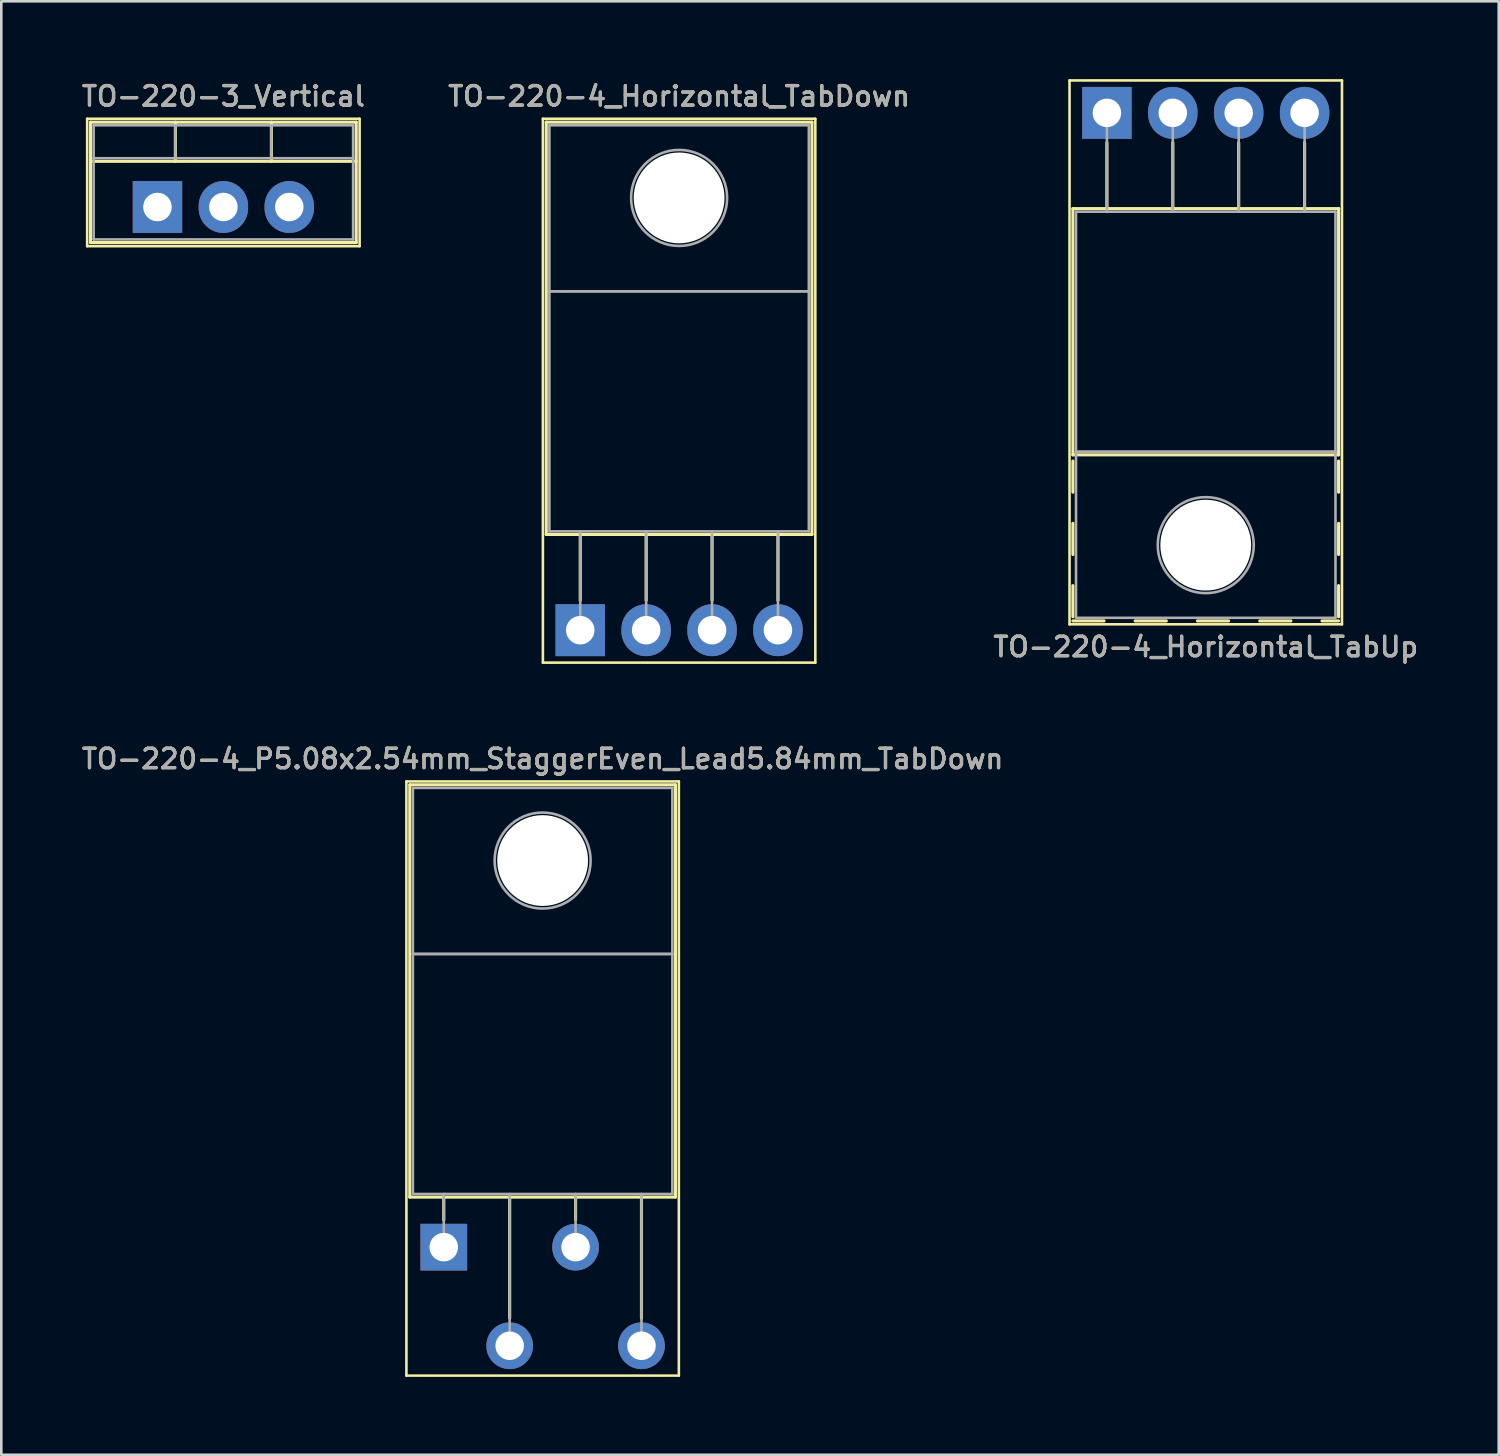
<source format=kicad_pcb>
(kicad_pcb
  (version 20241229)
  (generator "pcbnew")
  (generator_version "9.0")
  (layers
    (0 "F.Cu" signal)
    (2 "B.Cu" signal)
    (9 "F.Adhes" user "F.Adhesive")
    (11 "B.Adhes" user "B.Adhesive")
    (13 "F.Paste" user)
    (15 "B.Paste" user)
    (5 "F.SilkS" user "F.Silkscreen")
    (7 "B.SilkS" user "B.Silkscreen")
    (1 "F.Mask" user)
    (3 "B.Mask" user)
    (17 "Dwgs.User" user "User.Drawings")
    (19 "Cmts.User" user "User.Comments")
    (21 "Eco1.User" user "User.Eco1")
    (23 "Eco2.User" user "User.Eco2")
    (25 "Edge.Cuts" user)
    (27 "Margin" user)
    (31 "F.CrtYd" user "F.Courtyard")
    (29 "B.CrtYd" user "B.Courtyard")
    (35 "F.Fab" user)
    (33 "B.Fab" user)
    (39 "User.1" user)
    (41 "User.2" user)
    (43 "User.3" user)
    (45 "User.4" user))
  (footprint "TO-220-3_Vertical"
    (layer "F.Cu")
    (at 3.019 4.928)
    (property "Reference" "TO-220-3_Vertical" (at 2.54 -4.27 0) (layer "F.SilkS") (effects (font (size 0.75 0.75) (thickness 0.125))))
    (attr through_hole)
    (fp_line (start -2.71 -3.4) (end -2.71 1.51) (stroke (width 0.1) (type solid)) (layer "F.SilkS"))
    (fp_line (start -2.71 1.51) (end 7.79 1.51) (stroke (width 0.1) (type solid)) (layer "F.SilkS"))
    (fp_line (start -2.58 -3.27) (end -2.58 1.371) (stroke (width 0.12) (type solid)) (layer "F.SilkS"))
    (fp_line (start -2.58 -3.27) (end 7.66 -3.27) (stroke (width 0.12) (type solid)) (layer "F.SilkS"))
    (fp_line (start -2.58 -1.76) (end 7.66 -1.76) (stroke (width 0.12) (type solid)) (layer "F.SilkS"))
    (fp_line (start -2.58 1.371) (end 7.66 1.371) (stroke (width 0.12) (type solid)) (layer "F.SilkS"))
    (fp_line (start 0.69 -3.27) (end 0.69 -1.76) (stroke (width 0.12) (type solid)) (layer "F.SilkS"))
    (fp_line (start 4.391 -3.27) (end 4.391 -1.76) (stroke (width 0.12) (type solid)) (layer "F.SilkS"))
    (fp_line (start 7.66 -3.27) (end 7.66 1.371) (stroke (width 0.12) (type solid)) (layer "F.SilkS"))
    (fp_line (start 7.79 -3.4) (end -2.71 -3.4) (stroke (width 0.1) (type solid)) (layer "F.SilkS"))
    (fp_line (start 7.79 1.51) (end 7.79 -3.4) (stroke (width 0.1) (type solid)) (layer "F.SilkS"))
    (fp_line (start -2.46 -3.15) (end -2.46 1.25) (stroke (width 0.1) (type solid)) (layer "F.Fab"))
    (fp_line (start -2.46 -1.88) (end 7.54 -1.88) (stroke (width 0.1) (type solid)) (layer "F.Fab"))
    (fp_line (start -2.46 1.25) (end 7.54 1.25) (stroke (width 0.1) (type solid)) (layer "F.Fab"))
    (fp_line (start 0.69 -3.15) (end 0.69 -1.88) (stroke (width 0.1) (type solid)) (layer "F.Fab"))
    (fp_line (start 4.39 -3.15) (end 4.39 -1.88) (stroke (width 0.1) (type solid)) (layer "F.Fab"))
    (fp_line (start 7.54 -3.15) (end -2.46 -3.15) (stroke (width 0.1) (type solid)) (layer "F.Fab"))
    (fp_line (start 7.54 1.25) (end 7.54 -3.15) (stroke (width 0.1) (type solid)) (layer "F.Fab"))
    (fp_text user "${REFERENCE}" (at 2.54 -4.27 0) (layer "F.Fab") (effects (font (size 0.75 0.75) (thickness 0.125))))
    (pad "1" thru_hole rect (at 0 0) (size 1.905 2) (drill 1.1) (layers "*.Cu" "*.Mask"))
    (pad "2" thru_hole oval (at 2.54 0) (size 1.905 2) (drill 1.1) (layers "*.Cu" "*.Mask"))
    (pad "3" thru_hole oval (at 5.08 0) (size 1.905 2) (drill 1.1) (layers "*.Cu" "*.Mask")))
  (footprint "TO-220-4_P5.08x2.54mm_StaggerEven_Lead5.84mm_TabDown"
    (layer "F.Cu")
    (at 14.053 45.016)
    (property "Reference" "TO-220-4_P5.08x2.54mm_StaggerEven_Lead5.84mm_TabDown" (at 3.81 -18.82 0) (layer "F.SilkS") (effects (font (size 0.75 0.75) (thickness 0.125))))
    (attr through_hole)
    (fp_line (start -1.44 -17.95) (end -1.44 4.95) (stroke (width 0.1) (type solid)) (layer "F.SilkS"))
    (fp_line (start -1.44 4.95) (end 9.06 4.95) (stroke (width 0.1) (type solid)) (layer "F.SilkS"))
    (fp_line (start -1.31 -17.82) (end -1.31 -1.93) (stroke (width 0.12) (type solid)) (layer "F.SilkS"))
    (fp_line (start -1.31 -17.82) (end 8.93 -17.82) (stroke (width 0.12) (type solid)) (layer "F.SilkS"))
    (fp_line (start -1.31 -1.93) (end 8.93 -1.93) (stroke (width 0.12) (type solid)) (layer "F.SilkS"))
    (fp_line (start 0 -1.93) (end 0 -1.05) (stroke (width 0.12) (type solid)) (layer "F.SilkS"))
    (fp_line (start 2.54 -1.93) (end 2.54 2.735) (stroke (width 0.12) (type solid)) (layer "F.SilkS"))
    (fp_line (start 5.08 -1.93) (end 5.08 -1.066) (stroke (width 0.12) (type solid)) (layer "F.SilkS"))
    (fp_line (start 7.62 -1.93) (end 7.62 2.735) (stroke (width 0.12) (type solid)) (layer "F.SilkS"))
    (fp_line (start 8.93 -17.82) (end 8.93 -1.93) (stroke (width 0.12) (type solid)) (layer "F.SilkS"))
    (fp_line (start 9.06 -17.95) (end -1.44 -17.95) (stroke (width 0.1) (type solid)) (layer "F.SilkS"))
    (fp_line (start 9.06 4.95) (end 9.06 -17.95) (stroke (width 0.1) (type solid)) (layer "F.SilkS"))
    (fp_line (start -1.19 -17.7) (end 8.81 -17.7) (stroke (width 0.1) (type solid)) (layer "F.Fab"))
    (fp_line (start -1.19 -11.3) (end -1.19 -17.7) (stroke (width 0.1) (type solid)) (layer "F.Fab"))
    (fp_line (start -1.19 -11.3) (end 8.81 -11.3) (stroke (width 0.1) (type solid)) (layer "F.Fab"))
    (fp_line (start -1.19 -2.05) (end -1.19 -11.3) (stroke (width 0.1) (type solid)) (layer "F.Fab"))
    (fp_line (start 0 -2.05) (end 0 0) (stroke (width 0.1) (type solid)) (layer "F.Fab"))
    (fp_line (start 2.54 -2.05) (end 2.54 3.8) (stroke (width 0.1) (type solid)) (layer "F.Fab"))
    (fp_line (start 5.08 -2.05) (end 5.08 0) (stroke (width 0.1) (type solid)) (layer "F.Fab"))
    (fp_line (start 7.62 -2.05) (end 7.62 3.8) (stroke (width 0.1) (type solid)) (layer "F.Fab"))
    (fp_line (start 8.81 -17.7) (end 8.81 -11.3) (stroke (width 0.1) (type solid)) (layer "F.Fab"))
    (fp_line (start 8.81 -11.3) (end -1.19 -11.3) (stroke (width 0.1) (type solid)) (layer "F.Fab"))
    (fp_line (start 8.81 -11.3) (end 8.81 -2.05) (stroke (width 0.1) (type solid)) (layer "F.Fab"))
    (fp_line (start 8.81 -2.05) (end -1.19 -2.05) (stroke (width 0.1) (type solid)) (layer "F.Fab"))
    (fp_circle (center 3.81 -14.9) (end 5.66 -14.9) (stroke (width 0.1) (type solid)) (fill no) (layer "F.Fab"))
    (fp_text user "${REFERENCE}" (at 3.81 -18.82 0) (layer "F.Fab") (effects (font (size 0.75 0.75) (thickness 0.125))))
    (pad "" np_thru_hole oval (at 3.81 -14.9) (size 3.5 3.5) (drill 3.5) (layers "*.Cu" "*.Mask"))
    (pad "1" thru_hole rect (at 0 0) (size 1.8 1.8) (drill 1.1) (layers "*.Cu" "*.Mask"))
    (pad "2" thru_hole oval (at 2.54 3.8) (size 1.8 1.8) (drill 1.1) (layers "*.Cu" "*.Mask"))
    (pad "3" thru_hole oval (at 5.08 0) (size 1.8 1.8) (drill 1.1) (layers "*.Cu" "*.Mask"))
    (pad "4" thru_hole oval (at 7.62 3.8) (size 1.8 1.8) (drill 1.1) (layers "*.Cu" "*.Mask")))
  (footprint "TO-220-4_Horizontal_TabUp"
    (layer "F.Cu")
    (at 39.61 1.3)
    (property "Reference" "TO-220-4_Horizontal_TabUp" (at 3.81 20.58 0) (layer "F.SilkS") (effects (font (size 0.75 0.75) (thickness 0.125))))
    (attr through_hole)
    (fp_line (start -1.44 -1.25) (end -1.44 19.71) (stroke (width 0.1) (type solid)) (layer "F.SilkS"))
    (fp_line (start -1.44 19.71) (end 9.06 19.71) (stroke (width 0.1) (type solid)) (layer "F.SilkS"))
    (fp_line (start -1.31 3.69) (end -1.31 13.18) (stroke (width 0.12) (type solid)) (layer "F.SilkS"))
    (fp_line (start -1.31 3.69) (end 8.93 3.69) (stroke (width 0.12) (type solid)) (layer "F.SilkS"))
    (fp_line (start -1.31 13.18) (end 8.93 13.18) (stroke (width 0.12) (type solid)) (layer "F.SilkS"))
    (fp_line (start -1.31 13.42) (end -1.31 14.62) (stroke (width 0.12) (type solid)) (layer "F.SilkS"))
    (fp_line (start -1.31 15.82) (end -1.31 17.02) (stroke (width 0.12) (type solid)) (layer "F.SilkS"))
    (fp_line (start -1.31 18.22) (end -1.31 19.42) (stroke (width 0.12) (type solid)) (layer "F.SilkS"))
    (fp_line (start -1.31 19.58) (end -0.111 19.58) (stroke (width 0.12) (type solid)) (layer "F.SilkS"))
    (fp_line (start 0 1.15) (end 0 3.69) (stroke (width 0.12) (type solid)) (layer "F.SilkS"))
    (fp_line (start 1.09 19.58) (end 2.29 19.58) (stroke (width 0.12) (type solid)) (layer "F.SilkS"))
    (fp_line (start 2.54 1.15) (end 2.54 3.69) (stroke (width 0.12) (type solid)) (layer "F.SilkS"))
    (fp_line (start 3.49 19.58) (end 4.69 19.58) (stroke (width 0.12) (type solid)) (layer "F.SilkS"))
    (fp_line (start 5.08 1.15) (end 5.08 3.69) (stroke (width 0.12) (type solid)) (layer "F.SilkS"))
    (fp_line (start 5.89 19.58) (end 7.091 19.58) (stroke (width 0.12) (type solid)) (layer "F.SilkS"))
    (fp_line (start 7.62 1.15) (end 7.62 3.69) (stroke (width 0.12) (type solid)) (layer "F.SilkS"))
    (fp_line (start 8.29 19.58) (end 8.93 19.58) (stroke (width 0.12) (type solid)) (layer "F.SilkS"))
    (fp_line (start 8.93 3.69) (end 8.93 13.18) (stroke (width 0.12) (type solid)) (layer "F.SilkS"))
    (fp_line (start 8.93 13.42) (end 8.93 14.62) (stroke (width 0.12) (type solid)) (layer "F.SilkS"))
    (fp_line (start 8.93 15.82) (end 8.93 17.02) (stroke (width 0.12) (type solid)) (layer "F.SilkS"))
    (fp_line (start 8.93 18.22) (end 8.93 19.42) (stroke (width 0.12) (type solid)) (layer "F.SilkS"))
    (fp_line (start 9.06 -1.25) (end -1.44 -1.25) (stroke (width 0.1) (type solid)) (layer "F.SilkS"))
    (fp_line (start 9.06 19.71) (end 9.06 -1.25) (stroke (width 0.1) (type solid)) (layer "F.SilkS"))
    (fp_line (start -1.19 3.81) (end -1.19 13.06) (stroke (width 0.1) (type solid)) (layer "F.Fab"))
    (fp_line (start -1.19 13.06) (end -1.19 19.46) (stroke (width 0.1) (type solid)) (layer "F.Fab"))
    (fp_line (start -1.19 13.06) (end 8.81 13.06) (stroke (width 0.1) (type solid)) (layer "F.Fab"))
    (fp_line (start -1.19 19.46) (end 8.81 19.46) (stroke (width 0.1) (type solid)) (layer "F.Fab"))
    (fp_line (start 0 3.81) (end 0 0) (stroke (width 0.1) (type solid)) (layer "F.Fab"))
    (fp_line (start 2.54 3.81) (end 2.54 0) (stroke (width 0.1) (type solid)) (layer "F.Fab"))
    (fp_line (start 5.08 3.81) (end 5.08 0) (stroke (width 0.1) (type solid)) (layer "F.Fab"))
    (fp_line (start 7.62 3.81) (end 7.62 0) (stroke (width 0.1) (type solid)) (layer "F.Fab"))
    (fp_line (start 8.81 3.81) (end -1.19 3.81) (stroke (width 0.1) (type solid)) (layer "F.Fab"))
    (fp_line (start 8.81 13.06) (end -1.19 13.06) (stroke (width 0.1) (type solid)) (layer "F.Fab"))
    (fp_line (start 8.81 13.06) (end 8.81 3.81) (stroke (width 0.1) (type solid)) (layer "F.Fab"))
    (fp_line (start 8.81 19.46) (end 8.81 13.06) (stroke (width 0.1) (type solid)) (layer "F.Fab"))
    (fp_circle (center 3.81 16.66) (end 5.66 16.66) (stroke (width 0.1) (type solid)) (fill no) (layer "F.Fab"))
    (fp_text user "${REFERENCE}" (at 3.81 20.58 0) (layer "F.Fab") (effects (font (size 0.75 0.75) (thickness 0.125))))
    (pad "" np_thru_hole circle (at 3.81 16.66) (size 3.5 3.5) (drill 3.5) (layers "*.Cu" "*.Mask"))
    (pad "1" thru_hole rect (at 0 0) (size 1.905 2) (drill 1.1) (layers "*.Cu" "*.Mask"))
    (pad "2" thru_hole oval (at 2.54 0) (size 1.905 2) (drill 1.1) (layers "*.Cu" "*.Mask"))
    (pad "3" thru_hole oval (at 5.08 0) (size 1.905 2) (drill 1.1) (layers "*.Cu" "*.Mask"))
    (pad "4" thru_hole oval (at 7.62 0) (size 1.905 2) (drill 1.1) (layers "*.Cu" "*.Mask")))
  (footprint "TO-220-4_Horizontal_TabDown"
    (layer "F.Cu")
    (at 19.313 21.238)
    (property "Reference" "TO-220-4_Horizontal_TabDown" (at 3.81 -20.58 0) (layer "F.SilkS") (effects (font (size 0.75 0.75) (thickness 0.125))))
    (attr through_hole)
    (fp_line (start -1.44 -19.71) (end -1.44 1.25) (stroke (width 0.1) (type solid)) (layer "F.SilkS"))
    (fp_line (start -1.44 1.25) (end 9.06 1.25) (stroke (width 0.1) (type solid)) (layer "F.SilkS"))
    (fp_line (start -1.31 -19.58) (end -1.31 -3.69) (stroke (width 0.12) (type solid)) (layer "F.SilkS"))
    (fp_line (start -1.31 -19.58) (end 8.93 -19.58) (stroke (width 0.12) (type solid)) (layer "F.SilkS"))
    (fp_line (start -1.31 -3.69) (end 8.93 -3.69) (stroke (width 0.12) (type solid)) (layer "F.SilkS"))
    (fp_line (start 0 -3.69) (end 0 -1.15) (stroke (width 0.12) (type solid)) (layer "F.SilkS"))
    (fp_line (start 2.54 -3.69) (end 2.54 -1.15) (stroke (width 0.12) (type solid)) (layer "F.SilkS"))
    (fp_line (start 5.08 -3.69) (end 5.08 -1.15) (stroke (width 0.12) (type solid)) (layer "F.SilkS"))
    (fp_line (start 7.62 -3.69) (end 7.62 -1.15) (stroke (width 0.12) (type solid)) (layer "F.SilkS"))
    (fp_line (start 8.93 -19.58) (end 8.93 -3.69) (stroke (width 0.12) (type solid)) (layer "F.SilkS"))
    (fp_line (start 9.06 -19.71) (end -1.44 -19.71) (stroke (width 0.1) (type solid)) (layer "F.SilkS"))
    (fp_line (start 9.06 1.25) (end 9.06 -19.71) (stroke (width 0.1) (type solid)) (layer "F.SilkS"))
    (fp_line (start -1.19 -19.46) (end 8.81 -19.46) (stroke (width 0.1) (type solid)) (layer "F.Fab"))
    (fp_line (start -1.19 -13.06) (end -1.19 -19.46) (stroke (width 0.1) (type solid)) (layer "F.Fab"))
    (fp_line (start -1.19 -13.06) (end 8.81 -13.06) (stroke (width 0.1) (type solid)) (layer "F.Fab"))
    (fp_line (start -1.19 -3.81) (end -1.19 -13.06) (stroke (width 0.1) (type solid)) (layer "F.Fab"))
    (fp_line (start 0 -3.81) (end 0 0) (stroke (width 0.1) (type solid)) (layer "F.Fab"))
    (fp_line (start 2.54 -3.81) (end 2.54 0) (stroke (width 0.1) (type solid)) (layer "F.Fab"))
    (fp_line (start 5.08 -3.81) (end 5.08 0) (stroke (width 0.1) (type solid)) (layer "F.Fab"))
    (fp_line (start 7.62 -3.81) (end 7.62 0) (stroke (width 0.1) (type solid)) (layer "F.Fab"))
    (fp_line (start 8.81 -19.46) (end 8.81 -13.06) (stroke (width 0.1) (type solid)) (layer "F.Fab"))
    (fp_line (start 8.81 -13.06) (end -1.19 -13.06) (stroke (width 0.1) (type solid)) (layer "F.Fab"))
    (fp_line (start 8.81 -13.06) (end 8.81 -3.81) (stroke (width 0.1) (type solid)) (layer "F.Fab"))
    (fp_line (start 8.81 -3.81) (end -1.19 -3.81) (stroke (width 0.1) (type solid)) (layer "F.Fab"))
    (fp_circle (center 3.81 -16.66) (end 5.66 -16.66) (stroke (width 0.1) (type solid)) (fill no) (layer "F.Fab"))
    (fp_text user "${REFERENCE}" (at 3.81 -20.58 0) (layer "F.Fab") (effects (font (size 0.75 0.75) (thickness 0.125))))
    (pad "" np_thru_hole circle (at 3.81 -16.66) (size 3.5 3.5) (drill 3.5) (layers "*.Cu" "*.Mask"))
    (pad "1" thru_hole rect (at 0 0) (size 1.905 2) (drill 1.1) (layers "*.Cu" "*.Mask"))
    (pad "2" thru_hole oval (at 2.54 0) (size 1.905 2) (drill 1.1) (layers "*.Cu" "*.Mask"))
    (pad "3" thru_hole oval (at 5.08 0) (size 1.905 2) (drill 1.1) (layers "*.Cu" "*.Mask"))
    (pad "4" thru_hole oval (at 7.62 0) (size 1.905 2) (drill 1.1) (layers "*.Cu" "*.Mask")))
  (gr_rect
    (start -3 -3)
    (end 54.711 53.016)
    (stroke (width 0.1) (type default))
    (fill no)
    (layer "Edge.Cuts")))
</source>
